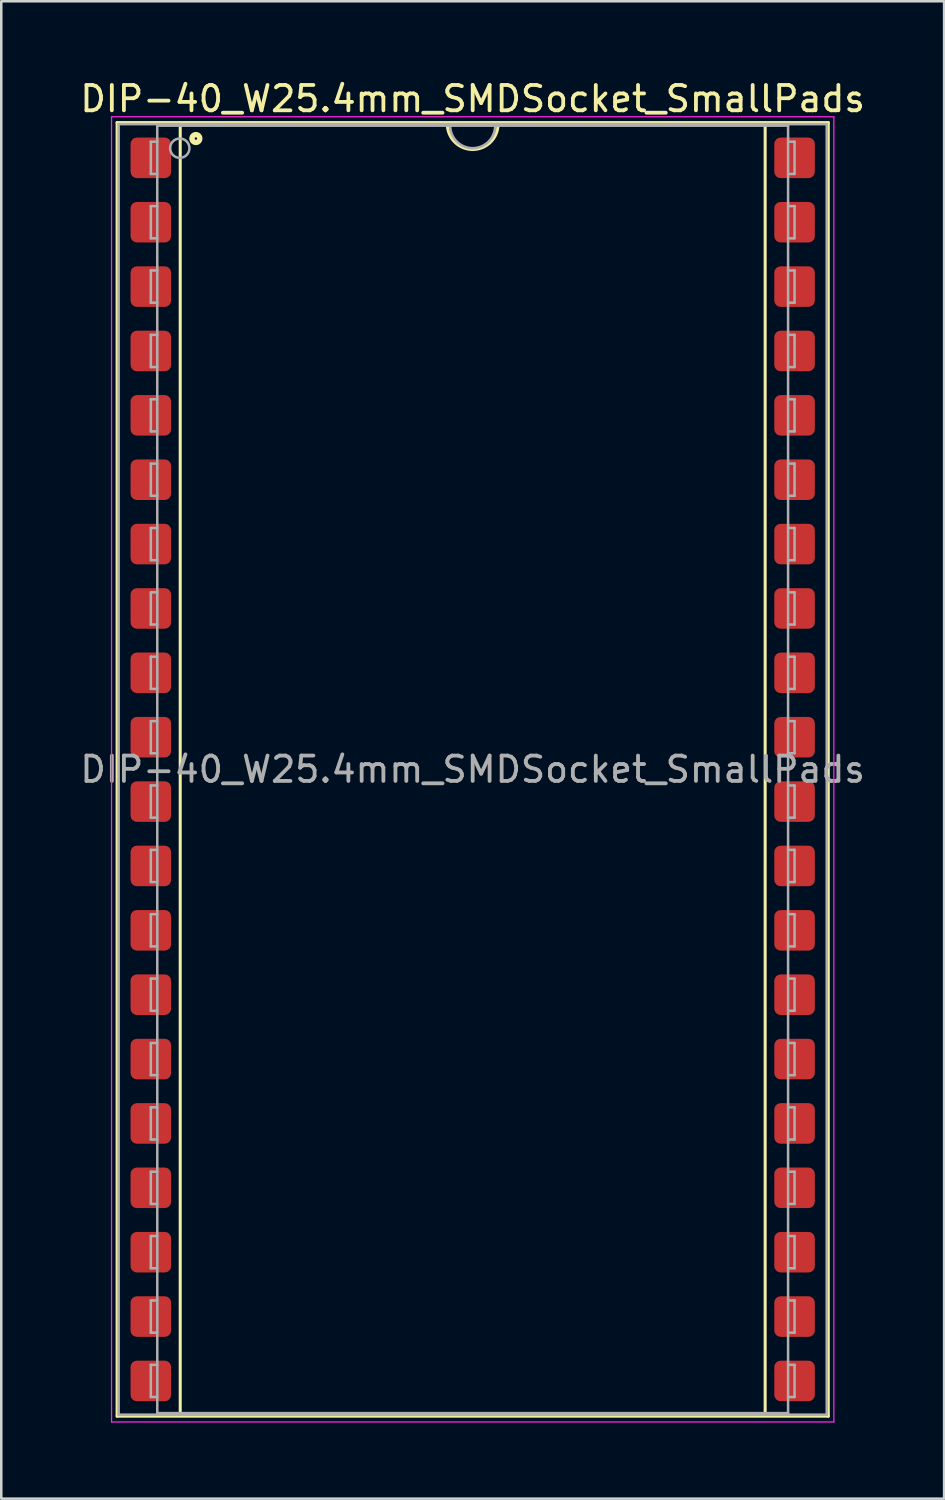
<source format=kicad_pcb>
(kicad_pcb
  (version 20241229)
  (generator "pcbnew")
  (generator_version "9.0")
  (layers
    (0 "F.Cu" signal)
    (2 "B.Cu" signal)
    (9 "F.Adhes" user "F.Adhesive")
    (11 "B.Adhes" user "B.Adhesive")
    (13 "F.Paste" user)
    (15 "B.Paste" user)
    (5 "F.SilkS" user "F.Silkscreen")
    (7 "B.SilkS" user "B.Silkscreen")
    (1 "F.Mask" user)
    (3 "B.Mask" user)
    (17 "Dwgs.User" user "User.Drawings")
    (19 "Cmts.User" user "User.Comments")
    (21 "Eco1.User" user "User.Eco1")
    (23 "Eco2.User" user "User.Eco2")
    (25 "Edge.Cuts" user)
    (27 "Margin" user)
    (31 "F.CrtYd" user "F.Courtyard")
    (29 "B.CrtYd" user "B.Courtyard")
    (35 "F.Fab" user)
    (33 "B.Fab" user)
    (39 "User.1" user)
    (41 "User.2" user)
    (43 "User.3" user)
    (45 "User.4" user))
  (footprint "DIP-40_W25.4mm_SMDSocket_SmallPads"
    (layer "F.Cu")
    (at 15.601 27.308)
    (property "Reference" "DIP-40_W25.4mm_SMDSocket_SmallPads" (at 0 -26.46 0) (layer "F.SilkS") (effects (font (size 1 1) (thickness 0.15))))
    (attr smd)
    (fp_line (start -14.03 -25.52) (end -14.03 25.52) (stroke (width 0.12) (type solid)) (layer "F.SilkS"))
    (fp_line (start -14.03 25.52) (end 14.03 25.52) (stroke (width 0.12) (type solid)) (layer "F.SilkS"))
    (fp_line (start -11.54 -25.46) (end -11.54 25.46) (stroke (width 0.12) (type solid)) (layer "F.SilkS"))
    (fp_line (start -11.54 25.46) (end 11.54 25.46) (stroke (width 0.12) (type solid)) (layer "F.SilkS"))
    (fp_line (start -1 -25.46) (end -11.54 -25.46) (stroke (width 0.12) (type solid)) (layer "F.SilkS"))
    (fp_line (start 11.54 -25.46) (end 1 -25.46) (stroke (width 0.12) (type solid)) (layer "F.SilkS"))
    (fp_line (start 11.54 25.46) (end 11.54 -25.46) (stroke (width 0.12) (type solid)) (layer "F.SilkS"))
    (fp_line (start 14.03 -25.52) (end -14.03 -25.52) (stroke (width 0.12) (type solid)) (layer "F.SilkS"))
    (fp_line (start 14.03 25.52) (end 14.03 -25.52) (stroke (width 0.12) (type solid)) (layer "F.SilkS"))
    (fp_arc (start 1 -25.46) (mid 0 -24.46) (end -1 -25.46) (stroke (width 0.12) (type solid)) (layer "F.SilkS"))
    (fp_circle (center -10.922 -24.892) (end -10.872 -24.892) (stroke (width 0.12) (type solid)) (fill no) (layer "F.SilkS"))
    (fp_circle (center -10.922 -24.892) (end -10.797 -24.892) (stroke (width 0.12) (type solid)) (fill no) (layer "F.SilkS"))
    (fp_circle (center -10.922 -24.892) (end -10.722 -24.892) (stroke (width 0.12) (type solid)) (fill no) (layer "F.SilkS"))
    (fp_line (start -14.25 -25.75) (end -14.25 25.75) (stroke (width 0.05) (type solid)) (layer "F.CrtYd"))
    (fp_line (start -14.25 25.75) (end 14.25 25.75) (stroke (width 0.05) (type solid)) (layer "F.CrtYd"))
    (fp_line (start 14.25 -25.75) (end -14.25 -25.75) (stroke (width 0.05) (type solid)) (layer "F.CrtYd"))
    (fp_line (start 14.25 25.75) (end 14.25 -25.75) (stroke (width 0.05) (type solid)) (layer "F.CrtYd"))
    (fp_line (start -13.97 -25.46) (end -13.97 25.46) (stroke (width 0.1) (type solid)) (layer "F.Fab"))
    (fp_line (start -13.97 25.46) (end 13.97 25.46) (stroke (width 0.1) (type solid)) (layer "F.Fab"))
    (fp_line (start -12.7 -24.765) (end -12.7 -23.495) (stroke (width 0.1) (type solid)) (layer "F.Fab"))
    (fp_line (start -12.7 -24.765) (end -12.446 -24.765) (stroke (width 0.1) (type solid)) (layer "F.Fab"))
    (fp_line (start -12.7 -23.495) (end -12.446 -23.495) (stroke (width 0.1) (type solid)) (layer "F.Fab"))
    (fp_line (start -12.7 -22.225) (end -12.7 -20.955) (stroke (width 0.1) (type solid)) (layer "F.Fab"))
    (fp_line (start -12.7 -22.225) (end -12.446 -22.225) (stroke (width 0.1) (type solid)) (layer "F.Fab"))
    (fp_line (start -12.7 -20.955) (end -12.446 -20.955) (stroke (width 0.1) (type solid)) (layer "F.Fab"))
    (fp_line (start -12.7 -19.685) (end -12.7 -18.415) (stroke (width 0.1) (type solid)) (layer "F.Fab"))
    (fp_line (start -12.7 -19.685) (end -12.446 -19.685) (stroke (width 0.1) (type solid)) (layer "F.Fab"))
    (fp_line (start -12.7 -18.415) (end -12.446 -18.415) (stroke (width 0.1) (type solid)) (layer "F.Fab"))
    (fp_line (start -12.7 -17.145) (end -12.7 -15.875) (stroke (width 0.1) (type solid)) (layer "F.Fab"))
    (fp_line (start -12.7 -17.145) (end -12.446 -17.145) (stroke (width 0.1) (type solid)) (layer "F.Fab"))
    (fp_line (start -12.7 -15.875) (end -12.446 -15.875) (stroke (width 0.1) (type solid)) (layer "F.Fab"))
    (fp_line (start -12.7 -14.605) (end -12.7 -13.335) (stroke (width 0.1) (type solid)) (layer "F.Fab"))
    (fp_line (start -12.7 -14.605) (end -12.446 -14.605) (stroke (width 0.1) (type solid)) (layer "F.Fab"))
    (fp_line (start -12.7 -13.335) (end -12.446 -13.335) (stroke (width 0.1) (type solid)) (layer "F.Fab"))
    (fp_line (start -12.7 -12.065) (end -12.7 -10.795) (stroke (width 0.1) (type solid)) (layer "F.Fab"))
    (fp_line (start -12.7 -12.065) (end -12.446 -12.065) (stroke (width 0.1) (type solid)) (layer "F.Fab"))
    (fp_line (start -12.7 -10.795) (end -12.446 -10.795) (stroke (width 0.1) (type solid)) (layer "F.Fab"))
    (fp_line (start -12.7 -9.525) (end -12.7 -8.255) (stroke (width 0.1) (type solid)) (layer "F.Fab"))
    (fp_line (start -12.7 -9.525) (end -12.446 -9.525) (stroke (width 0.1) (type solid)) (layer "F.Fab"))
    (fp_line (start -12.7 -8.255) (end -12.446 -8.255) (stroke (width 0.1) (type solid)) (layer "F.Fab"))
    (fp_line (start -12.7 -6.985) (end -12.7 -5.715) (stroke (width 0.1) (type solid)) (layer "F.Fab"))
    (fp_line (start -12.7 -6.985) (end -12.446 -6.985) (stroke (width 0.1) (type solid)) (layer "F.Fab"))
    (fp_line (start -12.7 -5.715) (end -12.446 -5.715) (stroke (width 0.1) (type solid)) (layer "F.Fab"))
    (fp_line (start -12.7 -4.445) (end -12.7 -3.175) (stroke (width 0.1) (type solid)) (layer "F.Fab"))
    (fp_line (start -12.7 -4.445) (end -12.446 -4.445) (stroke (width 0.1) (type solid)) (layer "F.Fab"))
    (fp_line (start -12.7 -3.175) (end -12.446 -3.175) (stroke (width 0.1) (type solid)) (layer "F.Fab"))
    (fp_line (start -12.7 -1.905) (end -12.7 -0.635) (stroke (width 0.1) (type solid)) (layer "F.Fab"))
    (fp_line (start -12.7 -1.905) (end -12.446 -1.905) (stroke (width 0.1) (type solid)) (layer "F.Fab"))
    (fp_line (start -12.7 -0.635) (end -12.446 -0.635) (stroke (width 0.1) (type solid)) (layer "F.Fab"))
    (fp_line (start -12.7 0.635) (end -12.7 1.905) (stroke (width 0.1) (type solid)) (layer "F.Fab"))
    (fp_line (start -12.7 0.635) (end -12.446 0.635) (stroke (width 0.1) (type solid)) (layer "F.Fab"))
    (fp_line (start -12.7 1.905) (end -12.446 1.905) (stroke (width 0.1) (type solid)) (layer "F.Fab"))
    (fp_line (start -12.7 3.175) (end -12.7 4.445) (stroke (width 0.1) (type solid)) (layer "F.Fab"))
    (fp_line (start -12.7 3.175) (end -12.446 3.175) (stroke (width 0.1) (type solid)) (layer "F.Fab"))
    (fp_line (start -12.7 4.445) (end -12.446 4.445) (stroke (width 0.1) (type solid)) (layer "F.Fab"))
    (fp_line (start -12.7 5.715) (end -12.7 6.985) (stroke (width 0.1) (type solid)) (layer "F.Fab"))
    (fp_line (start -12.7 5.715) (end -12.446 5.715) (stroke (width 0.1) (type solid)) (layer "F.Fab"))
    (fp_line (start -12.7 6.985) (end -12.446 6.985) (stroke (width 0.1) (type solid)) (layer "F.Fab"))
    (fp_line (start -12.7 8.255) (end -12.7 9.525) (stroke (width 0.1) (type solid)) (layer "F.Fab"))
    (fp_line (start -12.7 8.255) (end -12.446 8.255) (stroke (width 0.1) (type solid)) (layer "F.Fab"))
    (fp_line (start -12.7 9.525) (end -12.446 9.525) (stroke (width 0.1) (type solid)) (layer "F.Fab"))
    (fp_line (start -12.7 10.795) (end -12.7 12.065) (stroke (width 0.1) (type solid)) (layer "F.Fab"))
    (fp_line (start -12.7 10.795) (end -12.446 10.795) (stroke (width 0.1) (type solid)) (layer "F.Fab"))
    (fp_line (start -12.7 12.065) (end -12.446 12.065) (stroke (width 0.1) (type solid)) (layer "F.Fab"))
    (fp_line (start -12.7 13.335) (end -12.7 14.605) (stroke (width 0.1) (type solid)) (layer "F.Fab"))
    (fp_line (start -12.7 13.335) (end -12.446 13.335) (stroke (width 0.1) (type solid)) (layer "F.Fab"))
    (fp_line (start -12.7 14.605) (end -12.446 14.605) (stroke (width 0.1) (type solid)) (layer "F.Fab"))
    (fp_line (start -12.7 15.875) (end -12.7 17.145) (stroke (width 0.1) (type solid)) (layer "F.Fab"))
    (fp_line (start -12.7 15.875) (end -12.446 15.875) (stroke (width 0.1) (type solid)) (layer "F.Fab"))
    (fp_line (start -12.7 17.145) (end -12.446 17.145) (stroke (width 0.1) (type solid)) (layer "F.Fab"))
    (fp_line (start -12.7 18.415) (end -12.7 19.685) (stroke (width 0.1) (type solid)) (layer "F.Fab"))
    (fp_line (start -12.7 18.415) (end -12.446 18.415) (stroke (width 0.1) (type solid)) (layer "F.Fab"))
    (fp_line (start -12.7 19.685) (end -12.446 19.685) (stroke (width 0.1) (type solid)) (layer "F.Fab"))
    (fp_line (start -12.7 20.955) (end -12.7 22.225) (stroke (width 0.1) (type solid)) (layer "F.Fab"))
    (fp_line (start -12.7 20.955) (end -12.446 20.955) (stroke (width 0.1) (type solid)) (layer "F.Fab"))
    (fp_line (start -12.7 22.225) (end -12.446 22.225) (stroke (width 0.1) (type solid)) (layer "F.Fab"))
    (fp_line (start -12.7 23.495) (end -12.7 24.765) (stroke (width 0.1) (type solid)) (layer "F.Fab"))
    (fp_line (start -12.7 23.495) (end -12.446 23.495) (stroke (width 0.1) (type solid)) (layer "F.Fab"))
    (fp_line (start -12.7 24.765) (end -12.446 24.765) (stroke (width 0.1) (type solid)) (layer "F.Fab"))
    (fp_line (start -12.446 -25.4) (end 12.445 -25.4) (stroke (width 0.1) (type solid)) (layer "F.Fab"))
    (fp_line (start -12.445 25.4) (end -12.446 -25.4) (stroke (width 0.1) (type solid)) (layer "F.Fab"))
    (fp_line (start 12.445 -25.4) (end 12.445 25.4) (stroke (width 0.1) (type solid)) (layer "F.Fab"))
    (fp_line (start 12.445 25.4) (end -12.445 25.4) (stroke (width 0.1) (type solid)) (layer "F.Fab"))
    (fp_line (start 12.7 -24.765) (end 12.446 -24.765) (stroke (width 0.1) (type solid)) (layer "F.Fab"))
    (fp_line (start 12.7 -23.495) (end 12.446 -23.495) (stroke (width 0.1) (type solid)) (layer "F.Fab"))
    (fp_line (start 12.7 -23.495) (end 12.7 -24.765) (stroke (width 0.1) (type solid)) (layer "F.Fab"))
    (fp_line (start 12.7 -22.225) (end 12.446 -22.225) (stroke (width 0.1) (type solid)) (layer "F.Fab"))
    (fp_line (start 12.7 -20.955) (end 12.446 -20.955) (stroke (width 0.1) (type solid)) (layer "F.Fab"))
    (fp_line (start 12.7 -20.955) (end 12.7 -22.225) (stroke (width 0.1) (type solid)) (layer "F.Fab"))
    (fp_line (start 12.7 -19.685) (end 12.446 -19.685) (stroke (width 0.1) (type solid)) (layer "F.Fab"))
    (fp_line (start 12.7 -18.415) (end 12.446 -18.415) (stroke (width 0.1) (type solid)) (layer "F.Fab"))
    (fp_line (start 12.7 -18.415) (end 12.7 -19.685) (stroke (width 0.1) (type solid)) (layer "F.Fab"))
    (fp_line (start 12.7 -17.145) (end 12.446 -17.145) (stroke (width 0.1) (type solid)) (layer "F.Fab"))
    (fp_line (start 12.7 -15.875) (end 12.446 -15.875) (stroke (width 0.1) (type solid)) (layer "F.Fab"))
    (fp_line (start 12.7 -15.875) (end 12.7 -17.145) (stroke (width 0.1) (type solid)) (layer "F.Fab"))
    (fp_line (start 12.7 -14.605) (end 12.446 -14.605) (stroke (width 0.1) (type solid)) (layer "F.Fab"))
    (fp_line (start 12.7 -13.335) (end 12.446 -13.335) (stroke (width 0.1) (type solid)) (layer "F.Fab"))
    (fp_line (start 12.7 -13.335) (end 12.7 -14.605) (stroke (width 0.1) (type solid)) (layer "F.Fab"))
    (fp_line (start 12.7 -12.065) (end 12.446 -12.065) (stroke (width 0.1) (type solid)) (layer "F.Fab"))
    (fp_line (start 12.7 -10.795) (end 12.446 -10.795) (stroke (width 0.1) (type solid)) (layer "F.Fab"))
    (fp_line (start 12.7 -10.795) (end 12.7 -12.065) (stroke (width 0.1) (type solid)) (layer "F.Fab"))
    (fp_line (start 12.7 -9.525) (end 12.446 -9.525) (stroke (width 0.1) (type solid)) (layer "F.Fab"))
    (fp_line (start 12.7 -8.255) (end 12.446 -8.255) (stroke (width 0.1) (type solid)) (layer "F.Fab"))
    (fp_line (start 12.7 -8.255) (end 12.7 -9.525) (stroke (width 0.1) (type solid)) (layer "F.Fab"))
    (fp_line (start 12.7 -6.985) (end 12.446 -6.985) (stroke (width 0.1) (type solid)) (layer "F.Fab"))
    (fp_line (start 12.7 -5.715) (end 12.446 -5.715) (stroke (width 0.1) (type solid)) (layer "F.Fab"))
    (fp_line (start 12.7 -5.715) (end 12.7 -6.985) (stroke (width 0.1) (type solid)) (layer "F.Fab"))
    (fp_line (start 12.7 -4.445) (end 12.446 -4.445) (stroke (width 0.1) (type solid)) (layer "F.Fab"))
    (fp_line (start 12.7 -3.175) (end 12.446 -3.175) (stroke (width 0.1) (type solid)) (layer "F.Fab"))
    (fp_line (start 12.7 -3.175) (end 12.7 -4.445) (stroke (width 0.1) (type solid)) (layer "F.Fab"))
    (fp_line (start 12.7 -1.905) (end 12.446 -1.905) (stroke (width 0.1) (type solid)) (layer "F.Fab"))
    (fp_line (start 12.7 -0.635) (end 12.446 -0.635) (stroke (width 0.1) (type solid)) (layer "F.Fab"))
    (fp_line (start 12.7 -0.635) (end 12.7 -1.905) (stroke (width 0.1) (type solid)) (layer "F.Fab"))
    (fp_line (start 12.7 0.635) (end 12.446 0.635) (stroke (width 0.1) (type solid)) (layer "F.Fab"))
    (fp_line (start 12.7 1.905) (end 12.446 1.905) (stroke (width 0.1) (type solid)) (layer "F.Fab"))
    (fp_line (start 12.7 1.905) (end 12.7 0.635) (stroke (width 0.1) (type solid)) (layer "F.Fab"))
    (fp_line (start 12.7 3.175) (end 12.446 3.175) (stroke (width 0.1) (type solid)) (layer "F.Fab"))
    (fp_line (start 12.7 4.445) (end 12.446 4.445) (stroke (width 0.1) (type solid)) (layer "F.Fab"))
    (fp_line (start 12.7 4.445) (end 12.7 3.175) (stroke (width 0.1) (type solid)) (layer "F.Fab"))
    (fp_line (start 12.7 5.715) (end 12.446 5.715) (stroke (width 0.1) (type solid)) (layer "F.Fab"))
    (fp_line (start 12.7 6.985) (end 12.446 6.985) (stroke (width 0.1) (type solid)) (layer "F.Fab"))
    (fp_line (start 12.7 6.985) (end 12.7 5.715) (stroke (width 0.1) (type solid)) (layer "F.Fab"))
    (fp_line (start 12.7 8.255) (end 12.446 8.255) (stroke (width 0.1) (type solid)) (layer "F.Fab"))
    (fp_line (start 12.7 9.525) (end 12.446 9.525) (stroke (width 0.1) (type solid)) (layer "F.Fab"))
    (fp_line (start 12.7 9.525) (end 12.7 8.255) (stroke (width 0.1) (type solid)) (layer "F.Fab"))
    (fp_line (start 12.7 10.795) (end 12.446 10.795) (stroke (width 0.1) (type solid)) (layer "F.Fab"))
    (fp_line (start 12.7 12.065) (end 12.446 12.065) (stroke (width 0.1) (type solid)) (layer "F.Fab"))
    (fp_line (start 12.7 12.065) (end 12.7 10.795) (stroke (width 0.1) (type solid)) (layer "F.Fab"))
    (fp_line (start 12.7 13.335) (end 12.446 13.335) (stroke (width 0.1) (type solid)) (layer "F.Fab"))
    (fp_line (start 12.7 14.605) (end 12.446 14.605) (stroke (width 0.1) (type solid)) (layer "F.Fab"))
    (fp_line (start 12.7 14.605) (end 12.7 13.335) (stroke (width 0.1) (type solid)) (layer "F.Fab"))
    (fp_line (start 12.7 15.875) (end 12.446 15.875) (stroke (width 0.1) (type solid)) (layer "F.Fab"))
    (fp_line (start 12.7 17.145) (end 12.446 17.145) (stroke (width 0.1) (type solid)) (layer "F.Fab"))
    (fp_line (start 12.7 17.145) (end 12.7 15.875) (stroke (width 0.1) (type solid)) (layer "F.Fab"))
    (fp_line (start 12.7 18.415) (end 12.446 18.415) (stroke (width 0.1) (type solid)) (layer "F.Fab"))
    (fp_line (start 12.7 19.685) (end 12.446 19.685) (stroke (width 0.1) (type solid)) (layer "F.Fab"))
    (fp_line (start 12.7 19.685) (end 12.7 18.415) (stroke (width 0.1) (type solid)) (layer "F.Fab"))
    (fp_line (start 12.7 20.955) (end 12.446 20.955) (stroke (width 0.1) (type solid)) (layer "F.Fab"))
    (fp_line (start 12.7 22.225) (end 12.446 22.225) (stroke (width 0.1) (type solid)) (layer "F.Fab"))
    (fp_line (start 12.7 22.225) (end 12.7 20.955) (stroke (width 0.1) (type solid)) (layer "F.Fab"))
    (fp_line (start 12.7 23.495) (end 12.446 23.495) (stroke (width 0.1) (type solid)) (layer "F.Fab"))
    (fp_line (start 12.7 24.765) (end 12.446 24.765) (stroke (width 0.1) (type solid)) (layer "F.Fab"))
    (fp_line (start 12.7 24.765) (end 12.7 23.495) (stroke (width 0.1) (type solid)) (layer "F.Fab"))
    (fp_line (start 13.97 -25.46) (end -13.97 -25.46) (stroke (width 0.1) (type solid)) (layer "F.Fab"))
    (fp_line (start 13.97 25.46) (end 13.97 -25.46) (stroke (width 0.1) (type solid)) (layer "F.Fab"))
    (fp_arc (start 0.889 -25.4) (mid 0 -24.511) (end -0.889 -25.4) (stroke (width 0.1) (type solid)) (layer "F.Fab"))
    (fp_circle (center -11.557 -24.511) (end -11.176 -24.511) (stroke (width 0.1) (type solid)) (fill no) (layer "F.Fab"))
    (fp_text user "${REFERENCE}" (at 0 0 0) (layer "F.Fab") (effects (font (size 1 1) (thickness 0.15))))
    (pad "1" smd roundrect (at -12.7 -24.13) (size 1.6 1.6) (layers "F.Cu" "F.Mask" "F.Paste") (roundrect_rratio 0.156))
    (pad "2" smd roundrect (at -12.7 -21.59) (size 1.6 1.6) (layers "F.Cu" "F.Mask" "F.Paste") (roundrect_rratio 0.156))
    (pad "3" smd roundrect (at -12.7 -19.05) (size 1.6 1.6) (layers "F.Cu" "F.Mask" "F.Paste") (roundrect_rratio 0.156))
    (pad "4" smd roundrect (at -12.7 -16.51) (size 1.6 1.6) (layers "F.Cu" "F.Mask" "F.Paste") (roundrect_rratio 0.156))
    (pad "5" smd roundrect (at -12.7 -13.97) (size 1.6 1.6) (layers "F.Cu" "F.Mask" "F.Paste") (roundrect_rratio 0.156))
    (pad "6" smd roundrect (at -12.7 -11.43) (size 1.6 1.6) (layers "F.Cu" "F.Mask" "F.Paste") (roundrect_rratio 0.156))
    (pad "7" smd roundrect (at -12.7 -8.89) (size 1.6 1.6) (layers "F.Cu" "F.Mask" "F.Paste") (roundrect_rratio 0.156))
    (pad "8" smd roundrect (at -12.7 -6.35) (size 1.6 1.6) (layers "F.Cu" "F.Mask" "F.Paste") (roundrect_rratio 0.156))
    (pad "9" smd roundrect (at -12.7 -3.81) (size 1.6 1.6) (layers "F.Cu" "F.Mask" "F.Paste") (roundrect_rratio 0.156))
    (pad "10" smd roundrect (at -12.7 -1.27) (size 1.6 1.6) (layers "F.Cu" "F.Mask" "F.Paste") (roundrect_rratio 0.156))
    (pad "11" smd roundrect (at -12.7 1.27) (size 1.6 1.6) (layers "F.Cu" "F.Mask" "F.Paste") (roundrect_rratio 0.156))
    (pad "12" smd roundrect (at -12.7 3.81) (size 1.6 1.6) (layers "F.Cu" "F.Mask" "F.Paste") (roundrect_rratio 0.156))
    (pad "13" smd roundrect (at -12.7 6.35) (size 1.6 1.6) (layers "F.Cu" "F.Mask" "F.Paste") (roundrect_rratio 0.156))
    (pad "14" smd roundrect (at -12.7 8.89) (size 1.6 1.6) (layers "F.Cu" "F.Mask" "F.Paste") (roundrect_rratio 0.156))
    (pad "15" smd roundrect (at -12.7 11.43) (size 1.6 1.6) (layers "F.Cu" "F.Mask" "F.Paste") (roundrect_rratio 0.156))
    (pad "16" smd roundrect (at -12.7 13.97) (size 1.6 1.6) (layers "F.Cu" "F.Mask" "F.Paste") (roundrect_rratio 0.156))
    (pad "17" smd roundrect (at -12.7 16.51) (size 1.6 1.6) (layers "F.Cu" "F.Mask" "F.Paste") (roundrect_rratio 0.156))
    (pad "18" smd roundrect (at -12.7 19.05) (size 1.6 1.6) (layers "F.Cu" "F.Mask" "F.Paste") (roundrect_rratio 0.156))
    (pad "19" smd roundrect (at -12.7 21.59) (size 1.6 1.6) (layers "F.Cu" "F.Mask" "F.Paste") (roundrect_rratio 0.156))
    (pad "20" smd roundrect (at -12.7 24.13) (size 1.6 1.6) (layers "F.Cu" "F.Mask" "F.Paste") (roundrect_rratio 0.156))
    (pad "21" smd roundrect (at 12.7 24.13) (size 1.6 1.6) (layers "F.Cu" "F.Mask" "F.Paste") (roundrect_rratio 0.156))
    (pad "22" smd roundrect (at 12.7 21.59) (size 1.6 1.6) (layers "F.Cu" "F.Mask" "F.Paste") (roundrect_rratio 0.156))
    (pad "23" smd roundrect (at 12.7 19.05) (size 1.6 1.6) (layers "F.Cu" "F.Mask" "F.Paste") (roundrect_rratio 0.156))
    (pad "24" smd roundrect (at 12.7 16.51) (size 1.6 1.6) (layers "F.Cu" "F.Mask" "F.Paste") (roundrect_rratio 0.156))
    (pad "25" smd roundrect (at 12.7 13.97) (size 1.6 1.6) (layers "F.Cu" "F.Mask" "F.Paste") (roundrect_rratio 0.156))
    (pad "26" smd roundrect (at 12.7 11.43) (size 1.6 1.6) (layers "F.Cu" "F.Mask" "F.Paste") (roundrect_rratio 0.156))
    (pad "27" smd roundrect (at 12.7 8.89) (size 1.6 1.6) (layers "F.Cu" "F.Mask" "F.Paste") (roundrect_rratio 0.156))
    (pad "28" smd roundrect (at 12.7 6.35) (size 1.6 1.6) (layers "F.Cu" "F.Mask" "F.Paste") (roundrect_rratio 0.156))
    (pad "29" smd roundrect (at 12.7 3.81) (size 1.6 1.6) (layers "F.Cu" "F.Mask" "F.Paste") (roundrect_rratio 0.156))
    (pad "30" smd roundrect (at 12.7 1.27) (size 1.6 1.6) (layers "F.Cu" "F.Mask" "F.Paste") (roundrect_rratio 0.156))
    (pad "31" smd roundrect (at 12.7 -1.27) (size 1.6 1.6) (layers "F.Cu" "F.Mask" "F.Paste") (roundrect_rratio 0.156))
    (pad "32" smd roundrect (at 12.7 -3.81) (size 1.6 1.6) (layers "F.Cu" "F.Mask" "F.Paste") (roundrect_rratio 0.156))
    (pad "33" smd roundrect (at 12.7 -6.35) (size 1.6 1.6) (layers "F.Cu" "F.Mask" "F.Paste") (roundrect_rratio 0.156))
    (pad "34" smd roundrect (at 12.7 -8.89) (size 1.6 1.6) (layers "F.Cu" "F.Mask" "F.Paste") (roundrect_rratio 0.156))
    (pad "35" smd roundrect (at 12.7 -11.43) (size 1.6 1.6) (layers "F.Cu" "F.Mask" "F.Paste") (roundrect_rratio 0.156))
    (pad "36" smd roundrect (at 12.7 -13.97) (size 1.6 1.6) (layers "F.Cu" "F.Mask" "F.Paste") (roundrect_rratio 0.156))
    (pad "37" smd roundrect (at 12.7 -16.51) (size 1.6 1.6) (layers "F.Cu" "F.Mask" "F.Paste") (roundrect_rratio 0.156))
    (pad "38" smd roundrect (at 12.7 -19.05) (size 1.6 1.6) (layers "F.Cu" "F.Mask" "F.Paste") (roundrect_rratio 0.156))
    (pad "39" smd roundrect (at 12.7 -21.59) (size 1.6 1.6) (layers "F.Cu" "F.Mask" "F.Paste") (roundrect_rratio 0.156))
    (pad "40" smd roundrect (at 12.7 -24.13) (size 1.6 1.6) (layers "F.Cu" "F.Mask" "F.Paste") (roundrect_rratio 0.156)))
  (gr_rect
    (start -3 -3)
    (end 34.202 56.083)
    (stroke (width 0.1) (type default))
    (fill no)
    (layer "Edge.Cuts")))
</source>
